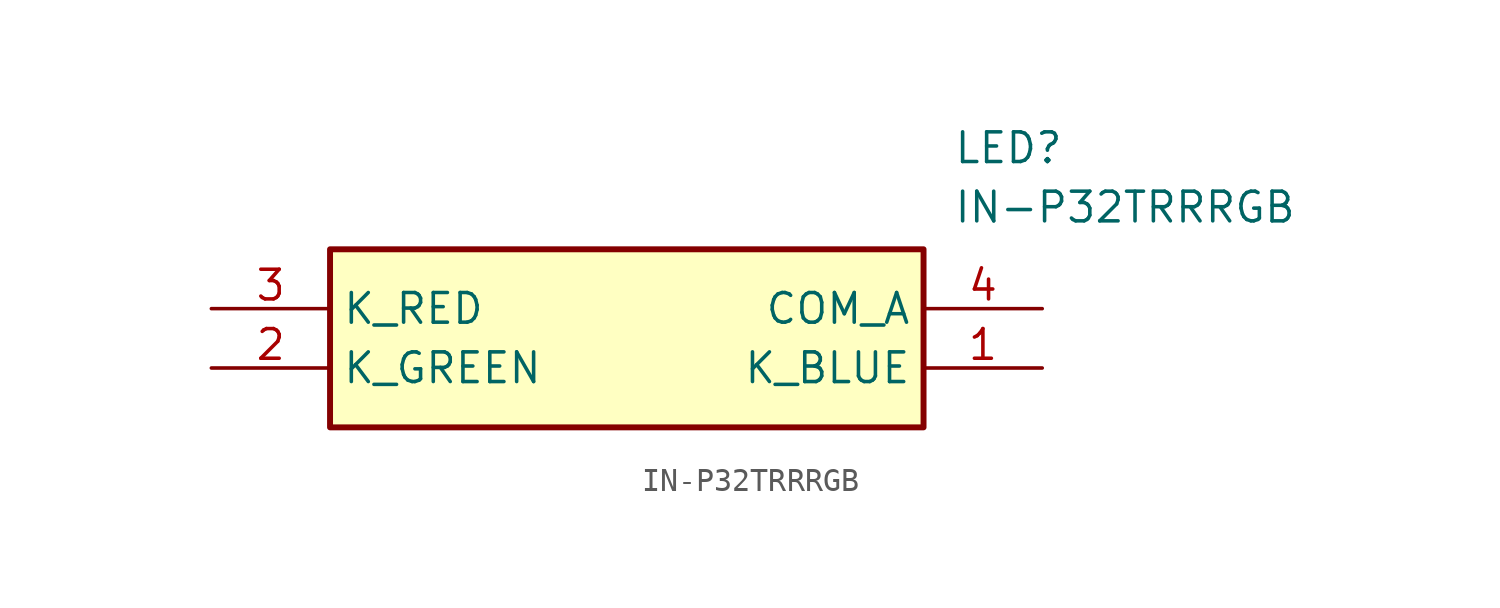
<source format=kicad_sym>
(kicad_symbol_lib
  (version 20211014)
  (generator SamacSys_ECAD_Model)
  (symbol "IN-P32TRRRGB"
    (property "Reference" "LED"
      (at 31.75 7.62 0)
      (effects (font (size 1.27 1.27)) (justify left top)))
    (property "Value" "IN-P32TRRRGB"
      (at 31.75 5.08 0)
      (effects (font (size 1.27 1.27)) (justify left top)))
    (rectangle
      (start 5.08 2.54)
      (end 30.48 -5.08)
      (stroke (width 0.254) (type default))
      (fill (type background)))
    (pin passive line
      (at 35.56 -2.54 180)
      (length 5.08)
      (name "K_BLUE" (effects (font (size 1.27 1.27))))
      (number "1" (effects (font (size 1.27 1.27)))))
    (pin passive line
      (at 0 -2.54 0)
      (length 5.08)
      (name "K_GREEN" (effects (font (size 1.27 1.27))))
      (number "2" (effects (font (size 1.27 1.27)))))
    (pin passive line
      (at 0 0 0)
      (length 5.08)
      (name "K_RED" (effects (font (size 1.27 1.27))))
      (number "3" (effects (font (size 1.27 1.27)))))
    (pin passive line
      (at 35.56 0 180)
      (length 5.08)
      (name "COM_A" (effects (font (size 1.27 1.27))))
      (number "4" (effects (font (size 1.27 1.27)))))))
</source>
